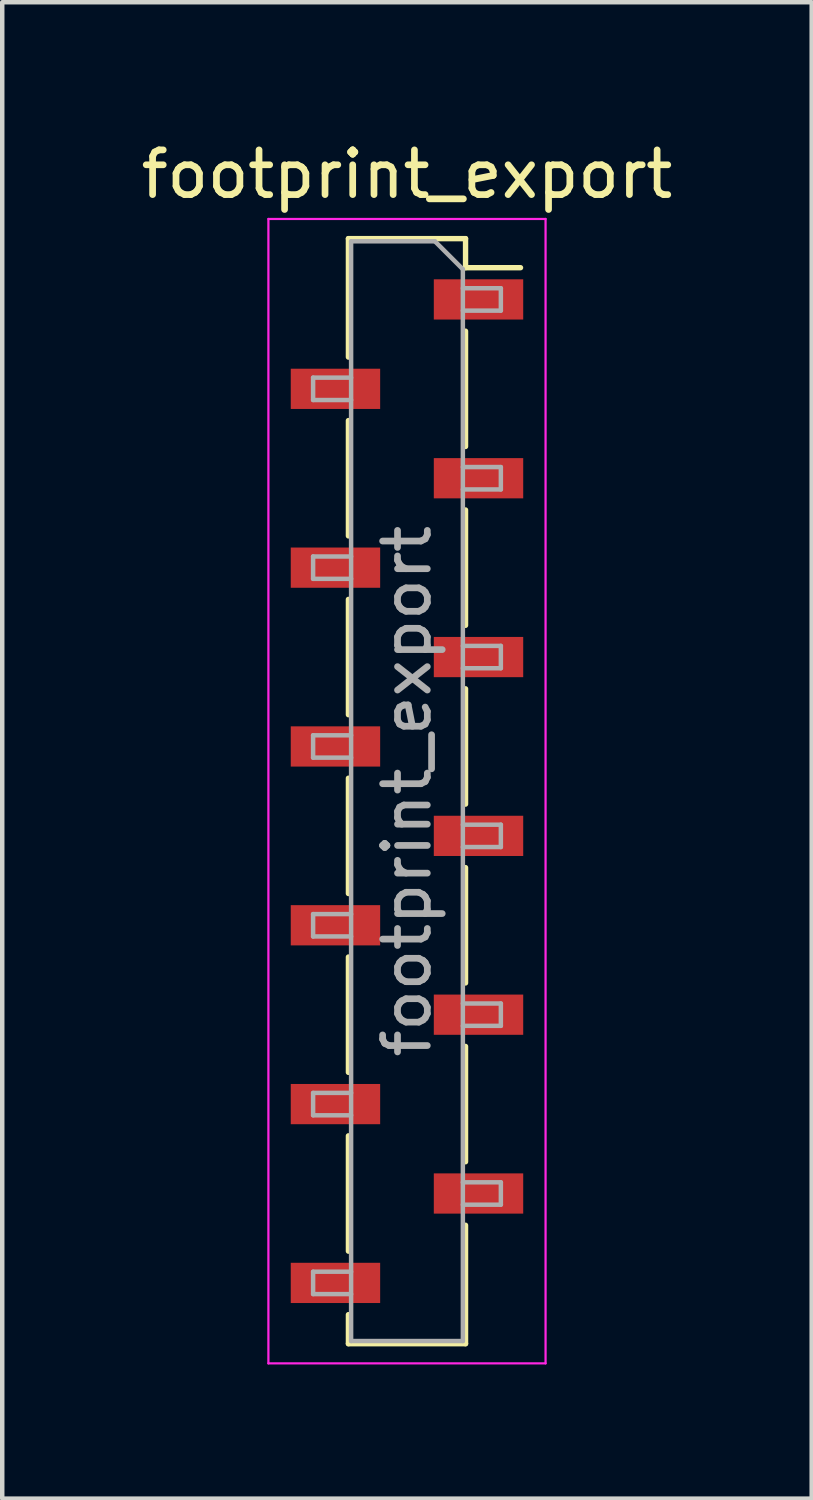
<source format=kicad_pcb>
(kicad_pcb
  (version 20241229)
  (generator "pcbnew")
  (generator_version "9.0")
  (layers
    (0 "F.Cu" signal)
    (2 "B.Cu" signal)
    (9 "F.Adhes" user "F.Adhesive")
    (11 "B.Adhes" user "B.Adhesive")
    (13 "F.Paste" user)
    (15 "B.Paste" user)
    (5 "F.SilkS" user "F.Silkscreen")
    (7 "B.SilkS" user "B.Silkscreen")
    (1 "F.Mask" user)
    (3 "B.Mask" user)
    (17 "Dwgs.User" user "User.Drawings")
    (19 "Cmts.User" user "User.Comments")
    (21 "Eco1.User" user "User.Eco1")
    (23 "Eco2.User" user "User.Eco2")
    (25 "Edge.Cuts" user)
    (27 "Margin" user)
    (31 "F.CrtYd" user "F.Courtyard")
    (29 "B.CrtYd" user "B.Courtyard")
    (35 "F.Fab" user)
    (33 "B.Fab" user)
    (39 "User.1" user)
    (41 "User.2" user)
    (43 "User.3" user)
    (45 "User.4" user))
  (footprint "footprint_export"
    (layer "F.Cu")
    (at 6.054 14.648)
    (property "Reference" "footprint_export" (at 0 -13.8 0) (layer "F.SilkS") (effects (font (size 1 1) (thickness 0.15))))
    (attr smd)
    (fp_line (start -1.31 -12.36) (end -1.31 -9.71) (stroke (width 0.12) (type solid)) (layer "F.SilkS"))
    (fp_line (start -1.31 -12.36) (end 1.31 -12.36) (stroke (width 0.12) (type solid)) (layer "F.SilkS"))
    (fp_line (start -1.31 -8.29) (end -1.31 -5.71) (stroke (width 0.12) (type solid)) (layer "F.SilkS"))
    (fp_line (start -1.31 -4.29) (end -1.31 -1.71) (stroke (width 0.12) (type solid)) (layer "F.SilkS"))
    (fp_line (start -1.31 -0.29) (end -1.31 2.29) (stroke (width 0.12) (type solid)) (layer "F.SilkS"))
    (fp_line (start -1.31 3.71) (end -1.31 6.29) (stroke (width 0.12) (type solid)) (layer "F.SilkS"))
    (fp_line (start -1.31 7.71) (end -1.31 10.29) (stroke (width 0.12) (type solid)) (layer "F.SilkS"))
    (fp_line (start -1.31 11.71) (end -1.31 12.36) (stroke (width 0.12) (type solid)) (layer "F.SilkS"))
    (fp_line (start -1.31 12.36) (end 1.31 12.36) (stroke (width 0.12) (type solid)) (layer "F.SilkS"))
    (fp_line (start 1.31 -12.36) (end 1.31 -11.71) (stroke (width 0.12) (type solid)) (layer "F.SilkS"))
    (fp_line (start 1.31 -11.71) (end 2.54 -11.71) (stroke (width 0.12) (type solid)) (layer "F.SilkS"))
    (fp_line (start 1.31 -10.29) (end 1.31 -7.71) (stroke (width 0.12) (type solid)) (layer "F.SilkS"))
    (fp_line (start 1.31 -6.29) (end 1.31 -3.71) (stroke (width 0.12) (type solid)) (layer "F.SilkS"))
    (fp_line (start 1.31 -2.29) (end 1.31 0.29) (stroke (width 0.12) (type solid)) (layer "F.SilkS"))
    (fp_line (start 1.31 1.71) (end 1.31 4.29) (stroke (width 0.12) (type solid)) (layer "F.SilkS"))
    (fp_line (start 1.31 5.71) (end 1.31 8.29) (stroke (width 0.12) (type solid)) (layer "F.SilkS"))
    (fp_line (start 1.31 9.71) (end 1.31 12.36) (stroke (width 0.12) (type solid)) (layer "F.SilkS"))
    (fp_line (start -3.1 -12.8) (end 3.1 -12.8) (stroke (width 0.05) (type solid)) (layer "F.CrtYd"))
    (fp_line (start -3.1 12.8) (end -3.1 -12.8) (stroke (width 0.05) (type solid)) (layer "F.CrtYd"))
    (fp_line (start 3.1 -12.8) (end 3.1 12.8) (stroke (width 0.05) (type solid)) (layer "F.CrtYd"))
    (fp_line (start 3.1 12.8) (end -3.1 12.8) (stroke (width 0.05) (type solid)) (layer "F.CrtYd"))
    (fp_line (start -2.1 -9.25) (end -1.25 -9.25) (stroke (width 0.1) (type solid)) (layer "F.Fab"))
    (fp_line (start -2.1 -8.75) (end -2.1 -9.25) (stroke (width 0.1) (type solid)) (layer "F.Fab"))
    (fp_line (start -2.1 -5.25) (end -1.25 -5.25) (stroke (width 0.1) (type solid)) (layer "F.Fab"))
    (fp_line (start -2.1 -4.75) (end -2.1 -5.25) (stroke (width 0.1) (type solid)) (layer "F.Fab"))
    (fp_line (start -2.1 -1.25) (end -1.25 -1.25) (stroke (width 0.1) (type solid)) (layer "F.Fab"))
    (fp_line (start -2.1 -0.75) (end -2.1 -1.25) (stroke (width 0.1) (type solid)) (layer "F.Fab"))
    (fp_line (start -2.1 2.75) (end -1.25 2.75) (stroke (width 0.1) (type solid)) (layer "F.Fab"))
    (fp_line (start -2.1 3.25) (end -2.1 2.75) (stroke (width 0.1) (type solid)) (layer "F.Fab"))
    (fp_line (start -2.1 6.75) (end -1.25 6.75) (stroke (width 0.1) (type solid)) (layer "F.Fab"))
    (fp_line (start -2.1 7.25) (end -2.1 6.75) (stroke (width 0.1) (type solid)) (layer "F.Fab"))
    (fp_line (start -2.1 10.75) (end -1.25 10.75) (stroke (width 0.1) (type solid)) (layer "F.Fab"))
    (fp_line (start -2.1 11.25) (end -2.1 10.75) (stroke (width 0.1) (type solid)) (layer "F.Fab"))
    (fp_line (start -1.25 -12.3) (end 0.625 -12.3) (stroke (width 0.1) (type solid)) (layer "F.Fab"))
    (fp_line (start -1.25 -8.75) (end -2.1 -8.75) (stroke (width 0.1) (type solid)) (layer "F.Fab"))
    (fp_line (start -1.25 -4.75) (end -2.1 -4.75) (stroke (width 0.1) (type solid)) (layer "F.Fab"))
    (fp_line (start -1.25 -0.75) (end -2.1 -0.75) (stroke (width 0.1) (type solid)) (layer "F.Fab"))
    (fp_line (start -1.25 3.25) (end -2.1 3.25) (stroke (width 0.1) (type solid)) (layer "F.Fab"))
    (fp_line (start -1.25 7.25) (end -2.1 7.25) (stroke (width 0.1) (type solid)) (layer "F.Fab"))
    (fp_line (start -1.25 11.25) (end -2.1 11.25) (stroke (width 0.1) (type solid)) (layer "F.Fab"))
    (fp_line (start -1.25 12.3) (end -1.25 -12.3) (stroke (width 0.1) (type solid)) (layer "F.Fab"))
    (fp_line (start 0.625 -12.3) (end 1.25 -11.675) (stroke (width 0.1) (type solid)) (layer "F.Fab"))
    (fp_line (start 1.25 -11.675) (end 1.25 12.3) (stroke (width 0.1) (type solid)) (layer "F.Fab"))
    (fp_line (start 1.25 -11.25) (end 2.1 -11.25) (stroke (width 0.1) (type solid)) (layer "F.Fab"))
    (fp_line (start 1.25 -7.25) (end 2.1 -7.25) (stroke (width 0.1) (type solid)) (layer "F.Fab"))
    (fp_line (start 1.25 -3.25) (end 2.1 -3.25) (stroke (width 0.1) (type solid)) (layer "F.Fab"))
    (fp_line (start 1.25 0.75) (end 2.1 0.75) (stroke (width 0.1) (type solid)) (layer "F.Fab"))
    (fp_line (start 1.25 4.75) (end 2.1 4.75) (stroke (width 0.1) (type solid)) (layer "F.Fab"))
    (fp_line (start 1.25 8.75) (end 2.1 8.75) (stroke (width 0.1) (type solid)) (layer "F.Fab"))
    (fp_line (start 1.25 12.3) (end -1.25 12.3) (stroke (width 0.1) (type solid)) (layer "F.Fab"))
    (fp_line (start 2.1 -11.25) (end 2.1 -10.75) (stroke (width 0.1) (type solid)) (layer "F.Fab"))
    (fp_line (start 2.1 -10.75) (end 1.25 -10.75) (stroke (width 0.1) (type solid)) (layer "F.Fab"))
    (fp_line (start 2.1 -7.25) (end 2.1 -6.75) (stroke (width 0.1) (type solid)) (layer "F.Fab"))
    (fp_line (start 2.1 -6.75) (end 1.25 -6.75) (stroke (width 0.1) (type solid)) (layer "F.Fab"))
    (fp_line (start 2.1 -3.25) (end 2.1 -2.75) (stroke (width 0.1) (type solid)) (layer "F.Fab"))
    (fp_line (start 2.1 -2.75) (end 1.25 -2.75) (stroke (width 0.1) (type solid)) (layer "F.Fab"))
    (fp_line (start 2.1 0.75) (end 2.1 1.25) (stroke (width 0.1) (type solid)) (layer "F.Fab"))
    (fp_line (start 2.1 1.25) (end 1.25 1.25) (stroke (width 0.1) (type solid)) (layer "F.Fab"))
    (fp_line (start 2.1 4.75) (end 2.1 5.25) (stroke (width 0.1) (type solid)) (layer "F.Fab"))
    (fp_line (start 2.1 5.25) (end 1.25 5.25) (stroke (width 0.1) (type solid)) (layer "F.Fab"))
    (fp_line (start 2.1 8.75) (end 2.1 9.25) (stroke (width 0.1) (type solid)) (layer "F.Fab"))
    (fp_line (start 2.1 9.25) (end 1.25 9.25) (stroke (width 0.1) (type solid)) (layer "F.Fab"))
    (fp_text user "${REFERENCE}" (at 0 0 90) (layer "F.Fab") (effects (font (size 1 1) (thickness 0.15))))
    (pad "1" smd rect (at 1.6 -11) (size 2 0.9) (layers "F.Cu" "F.Mask" "F.Paste"))
    (pad "2" smd rect (at -1.6 -9) (size 2 0.9) (layers "F.Cu" "F.Mask" "F.Paste"))
    (pad "3" smd rect (at 1.6 -7) (size 2 0.9) (layers "F.Cu" "F.Mask" "F.Paste"))
    (pad "4" smd rect (at -1.6 -5) (size 2 0.9) (layers "F.Cu" "F.Mask" "F.Paste"))
    (pad "5" smd rect (at 1.6 -3) (size 2 0.9) (layers "F.Cu" "F.Mask" "F.Paste"))
    (pad "6" smd rect (at -1.6 -1) (size 2 0.9) (layers "F.Cu" "F.Mask" "F.Paste"))
    (pad "7" smd rect (at 1.6 1) (size 2 0.9) (layers "F.Cu" "F.Mask" "F.Paste"))
    (pad "8" smd rect (at -1.6 3) (size 2 0.9) (layers "F.Cu" "F.Mask" "F.Paste"))
    (pad "9" smd rect (at 1.6 5) (size 2 0.9) (layers "F.Cu" "F.Mask" "F.Paste"))
    (pad "10" smd rect (at -1.6 7) (size 2 0.9) (layers "F.Cu" "F.Mask" "F.Paste"))
    (pad "11" smd rect (at 1.6 9) (size 2 0.9) (layers "F.Cu" "F.Mask" "F.Paste"))
    (pad "12" smd rect (at -1.6 11) (size 2 0.9) (layers "F.Cu" "F.Mask" "F.Paste")))
  (gr_rect
    (start -3 -3)
    (end 15.107 30.473)
    (stroke (width 0.1) (type default))
    (fill no)
    (layer "Edge.Cuts")))
</source>
